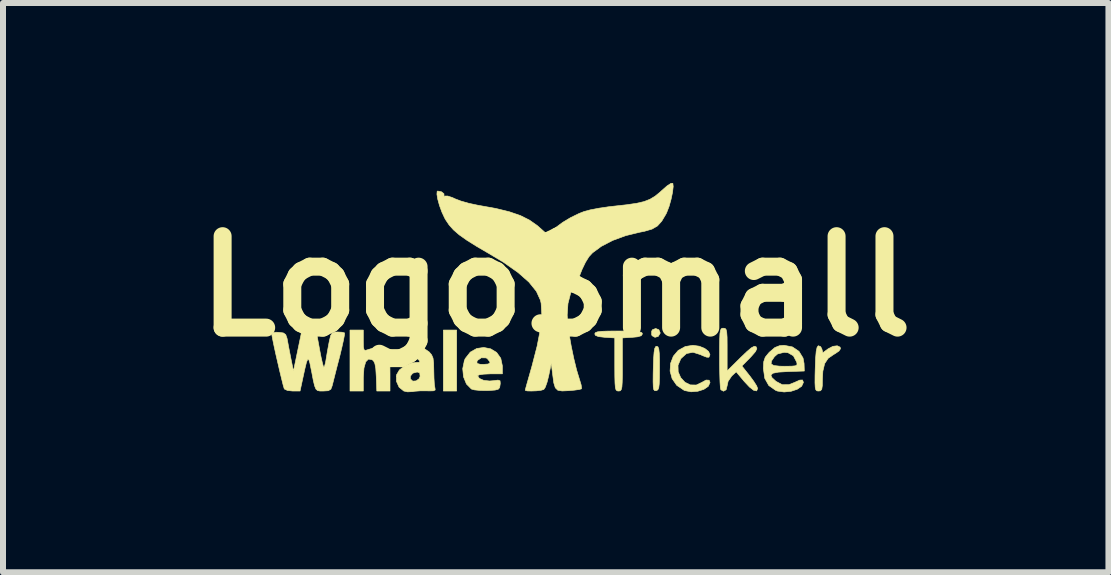
<source format=kicad_pcb>
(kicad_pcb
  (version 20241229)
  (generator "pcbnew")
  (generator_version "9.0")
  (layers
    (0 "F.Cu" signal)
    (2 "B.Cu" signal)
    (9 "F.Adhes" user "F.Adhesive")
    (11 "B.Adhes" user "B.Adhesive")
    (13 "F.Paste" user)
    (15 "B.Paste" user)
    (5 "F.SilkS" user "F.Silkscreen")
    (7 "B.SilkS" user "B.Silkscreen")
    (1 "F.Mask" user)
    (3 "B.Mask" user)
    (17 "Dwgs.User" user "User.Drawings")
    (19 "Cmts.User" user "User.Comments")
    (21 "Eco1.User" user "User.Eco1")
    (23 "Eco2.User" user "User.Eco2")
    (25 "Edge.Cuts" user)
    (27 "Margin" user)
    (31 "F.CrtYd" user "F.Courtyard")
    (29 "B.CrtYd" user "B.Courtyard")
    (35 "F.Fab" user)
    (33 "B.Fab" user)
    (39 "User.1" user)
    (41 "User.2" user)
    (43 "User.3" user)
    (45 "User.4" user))
  (footprint "LogoSmall"
    (layer "F.Cu")
    (at 6.212 1.721)
    (property "Reference" "LogoSmall" (at 0 0 0) (layer "F.SilkS") (effects (font (size 1.524 1.524) (thickness 0.3))))
    (attr through_hole)
    (fp_poly (pts (xy -1.651 1.746) (xy -1.873 1.746) (xy -1.873 0.73) (xy -1.651 0.73) (xy -1.651 1.746)) (stroke (width 0.01) (type solid)) (fill yes) (layer "F.SilkS"))
    (fp_poly (pts (xy 1.719 0.725) (xy 1.741 0.775) (xy 1.74 0.785) (xy 1.708 0.836) (xy 1.654 0.851) (xy 1.607 0.825) (xy 1.599 0.81) (xy 1.599 0.748) (xy 1.613 0.724) (xy 1.667 0.704) (xy 1.719 0.725)) (stroke (width 0.01) (type solid)) (fill yes) (layer "F.SilkS"))
    (fp_poly (pts (xy 1.704 1.01) (xy 1.718 1.046) (xy 1.726 1.118) (xy 1.73 1.235) (xy 1.73 1.365) (xy 1.729 1.523) (xy 1.725 1.629) (xy 1.717 1.693) (xy 1.702 1.726) (xy 1.679 1.739) (xy 1.674 1.74) (xy 1.65 1.74) (xy 1.634 1.722) (xy 1.626 1.676) (xy 1.623 1.592) (xy 1.624 1.459) (xy 1.626 1.376) (xy 1.631 1.212) (xy 1.639 1.102) (xy 1.65 1.037) (xy 1.666 1.006) (xy 1.683 1) (xy 1.704 1.01)) (stroke (width 0.01) (type solid)) (fill yes) (layer "F.SilkS"))
    (fp_poly (pts (xy -3.207 0.908) (xy -3.205 1.009) (xy -3.195 1.058) (xy -3.173 1.069) (xy -3.151 1.063) (xy -3.023 1.024) (xy -2.922 1.036) (xy -2.844 1.091) (xy -2.805 1.134) (xy -2.781 1.182) (xy -2.768 1.248) (xy -2.763 1.35) (xy -2.762 1.459) (xy -2.762 1.746) (xy -2.982 1.746) (xy -2.991 1.504) (xy -2.999 1.372) (xy -3.014 1.29) (xy -3.037 1.243) (xy -3.058 1.226) (xy -3.12 1.213) (xy -3.167 1.26) (xy -3.196 1.363) (xy -3.207 1.521) (xy -3.207 1.53) (xy -3.207 1.746) (xy -3.429 1.746) (xy -3.429 0.73) (xy -3.207 0.73) (xy -3.207 0.908)) (stroke (width 0.01) (type solid)) (fill yes) (layer "F.SilkS"))
    (fp_poly (pts (xy 4.415 1.006) (xy 4.435 1.043) (xy 4.452 1.108) (xy 4.54 1.043) (xy 4.62 1.001) (xy 4.692 0.992) (xy 4.739 1.014) (xy 4.747 1.04) (xy 4.721 1.079) (xy 4.656 1.124) (xy 4.636 1.135) (xy 4.541 1.2) (xy 4.482 1.289) (xy 4.452 1.416) (xy 4.445 1.548) (xy 4.443 1.657) (xy 4.434 1.717) (xy 4.412 1.742) (xy 4.38 1.746) (xy 4.353 1.743) (xy 4.335 1.726) (xy 4.325 1.684) (xy 4.321 1.608) (xy 4.322 1.485) (xy 4.325 1.376) (xy 4.331 1.203) (xy 4.341 1.086) (xy 4.356 1.018) (xy 4.376 0.991) (xy 4.376 0.991) (xy 4.415 1.006)) (stroke (width 0.01) (type solid)) (fill yes) (layer "F.SilkS"))
    (fp_poly (pts (xy 1.216 0.747) (xy 1.33 0.751) (xy 1.4 0.76) (xy 1.435 0.773) (xy 1.445 0.793) (xy 1.445 0.794) (xy 1.425 0.825) (xy 1.361 0.843) (xy 1.278 0.851) (xy 1.111 0.861) (xy 1.111 1.303) (xy 1.111 1.479) (xy 1.108 1.601) (xy 1.103 1.679) (xy 1.092 1.722) (xy 1.076 1.742) (xy 1.052 1.746) (xy 1.048 1.746) (xy 1.023 1.743) (xy 1.005 1.727) (xy 0.994 1.687) (xy 0.988 1.615) (xy 0.985 1.501) (xy 0.984 1.334) (xy 0.984 1.303) (xy 0.984 0.861) (xy 0.818 0.851) (xy 0.713 0.839) (xy 0.661 0.818) (xy 0.651 0.794) (xy 0.66 0.774) (xy 0.695 0.76) (xy 0.764 0.751) (xy 0.877 0.747) (xy 1.044 0.746) (xy 1.048 0.746) (xy 1.216 0.747)) (stroke (width 0.01) (type solid)) (fill yes) (layer "F.SilkS"))
    (fp_poly (pts (xy 2.392 0.999) (xy 2.483 1.036) (xy 2.547 1.086) (xy 2.571 1.141) (xy 2.553 1.183) (xy 2.516 1.182) (xy 2.445 1.155) (xy 2.414 1.14) (xy 2.288 1.1) (xy 2.18 1.121) (xy 2.089 1.203) (xy 2.083 1.212) (xy 2.038 1.318) (xy 2.041 1.426) (xy 2.083 1.523) (xy 2.154 1.6) (xy 2.244 1.644) (xy 2.343 1.646) (xy 2.431 1.604) (xy 2.506 1.563) (xy 2.557 1.566) (xy 2.572 1.603) (xy 2.543 1.667) (xy 2.469 1.718) (xy 2.368 1.75) (xy 2.256 1.759) (xy 2.152 1.739) (xy 2.14 1.734) (xy 2.017 1.651) (xy 1.94 1.54) (xy 1.906 1.414) (xy 1.914 1.286) (xy 1.96 1.166) (xy 2.043 1.068) (xy 2.16 1.004) (xy 2.286 0.984) (xy 2.392 0.999)) (stroke (width 0.01) (type solid)) (fill yes) (layer "F.SilkS"))
    (fp_poly (pts (xy 2.822 0.702) (xy 2.84 0.722) (xy 2.85 0.767) (xy 2.856 0.849) (xy 2.857 0.978) (xy 2.857 1.055) (xy 2.857 1.411) (xy 3.079 1.191) (xy 3.187 1.088) (xy 3.26 1.026) (xy 3.308 1.001) (xy 3.337 1.007) (xy 3.34 1.009) (xy 3.352 1.041) (xy 3.329 1.089) (xy 3.265 1.163) (xy 3.241 1.189) (xy 3.103 1.329) (xy 3.234 1.494) (xy 3.301 1.585) (xy 3.349 1.661) (xy 3.365 1.703) (xy 3.349 1.744) (xy 3.301 1.735) (xy 3.229 1.679) (xy 3.142 1.586) (xy 3.008 1.426) (xy 2.933 1.496) (xy 2.873 1.584) (xy 2.857 1.657) (xy 2.84 1.725) (xy 2.797 1.749) (xy 2.752 1.725) (xy 2.744 1.688) (xy 2.738 1.598) (xy 2.734 1.467) (xy 2.731 1.307) (xy 2.731 1.201) (xy 2.731 1.012) (xy 2.733 0.878) (xy 2.737 0.789) (xy 2.746 0.735) (xy 2.759 0.708) (xy 2.779 0.699) (xy 2.794 0.699) (xy 2.822 0.702)) (stroke (width 0.01) (type solid)) (fill yes) (layer "F.SilkS"))
    (fp_poly (pts (xy -1.084 1.043) (xy -0.985 1.103) (xy -0.916 1.2) (xy -0.889 1.328) (xy -0.889 1.331) (xy -0.889 1.46) (xy -1.095 1.46) (xy -1.2 1.465) (xy -1.275 1.476) (xy -1.302 1.491) (xy -1.273 1.536) (xy -1.201 1.568) (xy -1.103 1.579) (xy -1.041 1.574) (xy -0.962 1.564) (xy -0.928 1.575) (xy -0.924 1.617) (xy -0.927 1.642) (xy -0.935 1.69) (xy -0.959 1.717) (xy -1.011 1.73) (xy -1.107 1.737) (xy -1.143 1.738) (xy -1.259 1.737) (xy -1.355 1.727) (xy -1.405 1.713) (xy -1.488 1.629) (xy -1.537 1.509) (xy -1.55 1.373) (xy -1.526 1.257) (xy -1.314 1.257) (xy -1.31 1.287) (xy -1.26 1.3) (xy -1.206 1.302) (xy -1.125 1.296) (xy -1.096 1.276) (xy -1.099 1.257) (xy -1.142 1.204) (xy -1.161 1.194) (xy -1.24 1.192) (xy -1.303 1.235) (xy -1.314 1.257) (xy -1.526 1.257) (xy -1.522 1.238) (xy -1.508 1.205) (xy -1.424 1.098) (xy -1.316 1.037) (xy -1.199 1.02) (xy -1.084 1.043)) (stroke (width 0.01) (type solid)) (fill yes) (layer "F.SilkS"))
    (fp_poly (pts (xy -2.198 1.034) (xy -2.11 1.094) (xy -2.069 1.142) (xy -2.045 1.197) (xy -2.035 1.278) (xy -2.032 1.403) (xy -2.032 1.409) (xy -2.029 1.532) (xy -2.023 1.634) (xy -2.013 1.695) (xy -2.012 1.698) (xy -2.009 1.729) (xy -2.04 1.743) (xy -2.117 1.744) (xy -2.147 1.743) (xy -2.257 1.743) (xy -2.353 1.75) (xy -2.381 1.756) (xy -2.472 1.76) (xy -2.532 1.746) (xy -2.611 1.682) (xy -2.655 1.584) (xy -2.655 1.5) (xy -2.424 1.5) (xy -2.422 1.545) (xy -2.383 1.581) (xy -2.326 1.577) (xy -2.276 1.54) (xy -2.26 1.5) (xy -2.267 1.443) (xy -2.309 1.429) (xy -2.383 1.449) (xy -2.424 1.5) (xy -2.655 1.5) (xy -2.654 1.478) (xy -2.606 1.396) (xy -2.515 1.325) (xy -2.406 1.28) (xy -2.335 1.27) (xy -2.273 1.267) (xy -2.265 1.249) (xy -2.291 1.22) (xy -2.34 1.188) (xy -2.408 1.19) (xy -2.454 1.201) (xy -2.544 1.219) (xy -2.589 1.205) (xy -2.603 1.154) (xy -2.603 1.137) (xy -2.574 1.079) (xy -2.492 1.038) (xy -2.367 1.018) (xy -2.314 1.016) (xy -2.198 1.034)) (stroke (width 0.01) (type solid)) (fill yes) (layer "F.SilkS"))
    (fp_poly (pts (xy 3.945 1.011) (xy 4.054 1.085) (xy 4.122 1.196) (xy 4.139 1.287) (xy 4.143 1.413) (xy 3.866 1.422) (xy 3.714 1.431) (xy 3.622 1.449) (xy 3.586 1.479) (xy 3.603 1.522) (xy 3.669 1.583) (xy 3.671 1.585) (xy 3.777 1.641) (xy 3.887 1.64) (xy 3.98 1.603) (xy 4.067 1.564) (xy 4.113 1.562) (xy 4.127 1.598) (xy 4.128 1.603) (xy 4.099 1.666) (xy 4.024 1.717) (xy 3.921 1.751) (xy 3.806 1.762) (xy 3.697 1.747) (xy 3.666 1.735) (xy 3.551 1.654) (xy 3.484 1.534) (xy 3.461 1.371) (xy 3.461 1.363) (xy 3.465 1.294) (xy 3.59 1.294) (xy 3.634 1.321) (xy 3.733 1.332) (xy 3.812 1.333) (xy 3.929 1.332) (xy 3.994 1.326) (xy 4.02 1.311) (xy 4.021 1.282) (xy 4.015 1.262) (xy 3.961 1.159) (xy 3.872 1.108) (xy 3.807 1.101) (xy 3.698 1.128) (xy 3.646 1.173) (xy 3.596 1.246) (xy 3.59 1.294) (xy 3.465 1.294) (xy 3.467 1.257) (xy 3.492 1.183) (xy 3.549 1.112) (xy 3.569 1.092) (xy 3.653 1.021) (xy 3.732 0.99) (xy 3.806 0.984) (xy 3.945 1.011)) (stroke (width 0.01) (type solid)) (fill yes) (layer "F.SilkS"))
    (fp_poly (pts (xy -3.563 0.766) (xy -3.52 0.777) (xy -3.519 0.777) (xy -3.521 0.812) (xy -3.537 0.896) (xy -3.564 1.017) (xy -3.599 1.163) (xy -3.604 1.182) (xy -3.645 1.339) (xy -3.681 1.481) (xy -3.709 1.592) (xy -3.726 1.658) (xy -3.726 1.659) (xy -3.748 1.716) (xy -3.791 1.741) (xy -3.873 1.746) (xy -3.93 1.746) (xy -3.97 1.738) (xy -3.997 1.713) (xy -4.019 1.659) (xy -4.041 1.566) (xy -4.068 1.424) (xy -4.077 1.381) (xy -4.098 1.277) (xy -4.116 1.222) (xy -4.133 1.217) (xy -4.154 1.266) (xy -4.18 1.372) (xy -4.208 1.5) (xy -4.261 1.746) (xy -4.386 1.746) (xy -4.471 1.737) (xy -4.521 1.713) (xy -4.525 1.707) (xy -4.542 1.65) (xy -4.567 1.549) (xy -4.599 1.418) (xy -4.633 1.271) (xy -4.667 1.124) (xy -4.696 0.99) (xy -4.718 0.883) (xy -4.73 0.819) (xy -4.731 0.809) (xy -4.716 0.776) (xy -4.662 0.766) (xy -4.613 0.768) (xy -4.539 0.778) (xy -4.5 0.806) (xy -4.478 0.868) (xy -4.468 0.921) (xy -4.446 1.039) (xy -4.419 1.177) (xy -4.407 1.238) (xy -4.371 1.413) (xy -4.305 1.095) (xy -4.239 0.778) (xy -3.986 0.778) (xy -3.935 1.056) (xy -3.911 1.181) (xy -3.888 1.282) (xy -3.871 1.341) (xy -3.867 1.351) (xy -3.853 1.333) (xy -3.836 1.269) (xy -3.827 1.216) (xy -3.805 1.083) (xy -3.779 0.943) (xy -3.773 0.913) (xy -3.751 0.822) (xy -3.724 0.778) (xy -3.679 0.763) (xy -3.638 0.762) (xy -3.563 0.766)) (stroke (width 0.01) (type solid)) (fill yes) (layer "F.SilkS"))
    (fp_poly (pts (xy 1.958 -1.662) (xy 1.947 -1.567) (xy 1.923 -1.452) (xy 1.89 -1.333) (xy 1.851 -1.232) (xy 1.839 -1.206) (xy 1.767 -1.085) (xy 1.695 -1.005) (xy 1.605 -0.953) (xy 1.478 -0.916) (xy 1.397 -0.9) (xy 1.164 -0.843) (xy 0.947 -0.763) (xy 0.759 -0.665) (xy 0.614 -0.558) (xy 0.554 -0.493) (xy 0.495 -0.398) (xy 0.438 -0.279) (xy 0.418 -0.228) (xy 0.379 -0.129) (xy 0.341 -0.05) (xy 0.324 -0.024) (xy 0.25 0.109) (xy 0.204 0.288) (xy 0.191 0.479) (xy 0.199 0.616) (xy 0.223 0.795) (xy 0.258 0.997) (xy 0.301 1.203) (xy 0.348 1.395) (xy 0.396 1.553) (xy 0.399 1.562) (xy 0.424 1.645) (xy 0.431 1.7) (xy 0.428 1.71) (xy 0.39 1.721) (xy 0.308 1.732) (xy 0.218 1.74) (xy 0.106 1.745) (xy 0.035 1.733) (xy -0.007 1.692) (xy -0.032 1.611) (xy -0.05 1.478) (xy -0.074 1.286) (xy -0.117 1.491) (xy -0.144 1.599) (xy -0.174 1.683) (xy -0.199 1.72) (xy -0.246 1.734) (xy -0.323 1.743) (xy -0.408 1.746) (xy -0.477 1.744) (xy -0.508 1.734) (xy -0.508 1.733) (xy -0.5 1.699) (xy -0.477 1.616) (xy -0.443 1.497) (xy -0.402 1.352) (xy -0.397 1.335) (xy -0.31 0.998) (xy -0.254 0.709) (xy -0.232 0.471) (xy -0.243 0.285) (xy -0.254 0.234) (xy -0.322 0.085) (xy -0.446 -0.069) (xy -0.628 -0.229) (xy -0.869 -0.399) (xy -1.097 -0.536) (xy -1.313 -0.662) (xy -1.481 -0.767) (xy -1.608 -0.857) (xy -1.704 -0.94) (xy -1.777 -1.022) (xy -1.836 -1.11) (xy -1.851 -1.137) (xy -1.897 -1.236) (xy -1.937 -1.345) (xy -1.966 -1.45) (xy -1.98 -1.534) (xy -1.976 -1.582) (xy -1.967 -1.587) (xy -1.903 -1.574) (xy -1.863 -1.542) (xy -1.862 -1.516) (xy -1.863 -1.498) (xy -1.847 -1.504) (xy -1.8 -1.504) (xy -1.721 -1.478) (xy -1.679 -1.458) (xy -1.583 -1.421) (xy -1.45 -1.383) (xy -1.305 -1.352) (xy -1.278 -1.347) (xy -0.999 -1.297) (xy -0.774 -1.242) (xy -0.59 -1.179) (xy -0.438 -1.103) (xy -0.308 -1.012) (xy -0.23 -0.943) (xy -0.159 -0.88) (xy -0.111 -0.847) (xy -0.095 -0.849) (xy -0.068 -0.908) (xy 0.006 -0.983) (xy 0.115 -1.064) (xy 0.246 -1.143) (xy 0.387 -1.212) (xy 0.468 -1.244) (xy 0.574 -1.273) (xy 0.72 -1.301) (xy 0.882 -1.325) (xy 0.961 -1.334) (xy 1.178 -1.358) (xy 1.344 -1.382) (xy 1.471 -1.411) (xy 1.571 -1.45) (xy 1.656 -1.501) (xy 1.738 -1.568) (xy 1.766 -1.594) (xy 1.856 -1.673) (xy 1.921 -1.715) (xy 1.952 -1.716) (xy 1.958 -1.662)) (stroke (width 0.01) (type solid)) (fill yes) (layer "F.SilkS")))
  (gr_rect
    (start -3 -3)
    (end 15.424 6.488)
    (stroke (width 0.1) (type default))
    (fill no)
    (layer "Edge.Cuts")))
</source>
